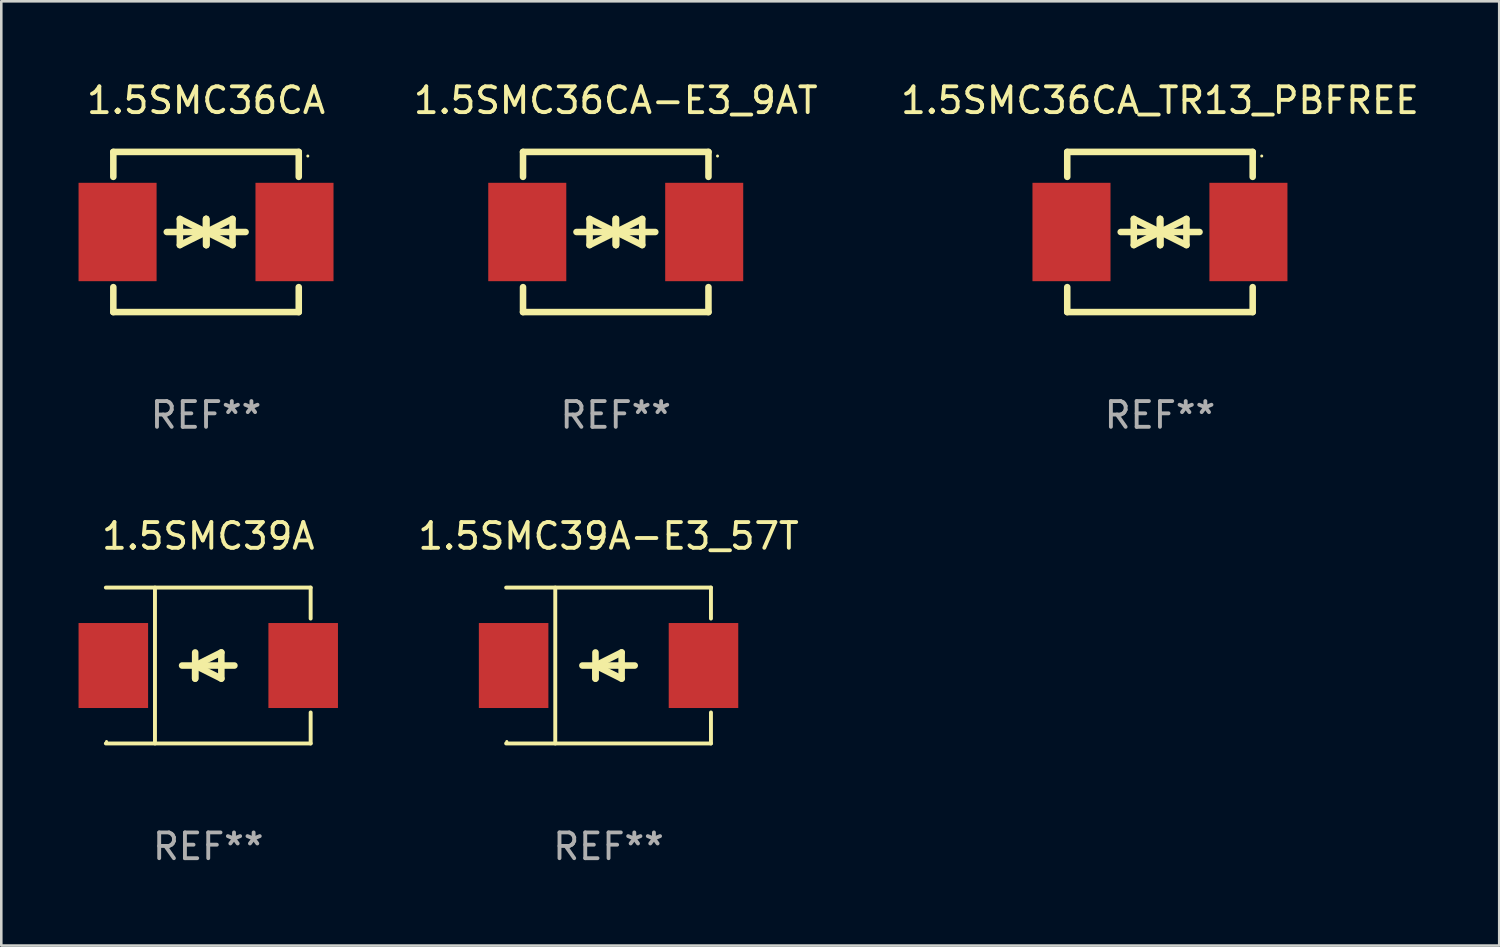
<source format=kicad_pcb>
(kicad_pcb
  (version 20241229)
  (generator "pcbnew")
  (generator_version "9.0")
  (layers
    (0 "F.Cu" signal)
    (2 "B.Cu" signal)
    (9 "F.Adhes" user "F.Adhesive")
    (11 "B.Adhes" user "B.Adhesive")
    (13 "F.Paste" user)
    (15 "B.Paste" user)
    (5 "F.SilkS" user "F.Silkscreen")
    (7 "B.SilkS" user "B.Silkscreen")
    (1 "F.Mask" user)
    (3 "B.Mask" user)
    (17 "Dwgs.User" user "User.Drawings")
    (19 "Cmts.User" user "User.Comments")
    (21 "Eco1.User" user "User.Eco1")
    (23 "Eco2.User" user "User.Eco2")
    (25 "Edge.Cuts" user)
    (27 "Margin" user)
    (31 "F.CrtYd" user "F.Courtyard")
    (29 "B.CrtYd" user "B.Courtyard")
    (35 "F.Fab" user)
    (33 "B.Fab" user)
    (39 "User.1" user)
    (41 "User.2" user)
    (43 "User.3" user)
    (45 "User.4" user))
  (footprint "1.5SMC39A"
    (layer "F.Cu")
    (at 5.036 22.791)
    (property "Reference" "1.5SMC39A" (at 0 -5.026 0) (layer "F.SilkS") (effects (font (size 1 1) (thickness 0.15))))
    (attr through_hole)
    (fp_line (start -3.976 -3.026) (end 3.976 -3.026) (stroke (width 0.152) (type solid)) (layer "F.SilkS"))
    (fp_line (start -3.976 3.026) (end 3.976 3.026) (stroke (width 0.152) (type solid)) (layer "F.SilkS"))
    (fp_line (start -2.069 -3.026) (end -2.069 3.026) (stroke (width 0.152) (type solid)) (layer "F.SilkS"))
    (fp_line (start -0.508 0) (end -0.508 0.508) (stroke (width 0.254) (type solid)) (layer "F.SilkS"))
    (fp_line (start -0.508 0) (end 0.508 0.508) (stroke (width 0.254) (type solid)) (layer "F.SilkS"))
    (fp_line (start -0.508 0.508) (end -0.508 -0.508) (stroke (width 0.254) (type solid)) (layer "F.SilkS"))
    (fp_line (start 0.508 -0.508) (end -0.508 0) (stroke (width 0.254) (type solid)) (layer "F.SilkS"))
    (fp_line (start 0.508 0.508) (end 0.508 -0.508) (stroke (width 0.254) (type solid)) (layer "F.SilkS"))
    (fp_line (start 1.016 0) (end -1.016 0) (stroke (width 0.254) (type solid)) (layer "F.SilkS"))
    (fp_line (start 3.976 -3.026) (end 3.976 -1.823) (stroke (width 0.152) (type solid)) (layer "F.SilkS"))
    (fp_line (start 3.976 3.026) (end 3.976 1.823) (stroke (width 0.152) (type solid)) (layer "F.SilkS"))
    (fp_circle (center -3.95 2.95) (end -3.92 2.95) (stroke (width 0.06) (type solid)) (fill no) (layer "F.SilkS"))
    (fp_text user "REF**" (at 0 7.026 0) (layer "F.Fab") (effects (font (size 1 1) (thickness 0.15))))
    (pad "1" smd rect (at -3.686 0) (size 2.7 3.3) (layers "F.Cu" "F.Mask" "F.Paste"))
    (pad "2" smd rect (at 3.686 0) (size 2.7 3.3) (layers "F.Cu" "F.Mask" "F.Paste")))
  (footprint "1.5SMC39A-E3_57T"
    (layer "F.Cu")
    (at 20.579 22.791)
    (property "Reference" "1.5SMC39A-E3_57T" (at 0 -5.026 0) (layer "F.SilkS") (effects (font (size 1 1) (thickness 0.15))))
    (attr through_hole)
    (fp_line (start -3.976 -3.026) (end 3.976 -3.026) (stroke (width 0.152) (type solid)) (layer "F.SilkS"))
    (fp_line (start -3.976 3.026) (end 3.976 3.026) (stroke (width 0.152) (type solid)) (layer "F.SilkS"))
    (fp_line (start -2.069 -3.026) (end -2.069 3.026) (stroke (width 0.152) (type solid)) (layer "F.SilkS"))
    (fp_line (start -0.508 0) (end -0.508 0.508) (stroke (width 0.254) (type solid)) (layer "F.SilkS"))
    (fp_line (start -0.508 0) (end 0.508 0.508) (stroke (width 0.254) (type solid)) (layer "F.SilkS"))
    (fp_line (start -0.508 0.508) (end -0.508 -0.508) (stroke (width 0.254) (type solid)) (layer "F.SilkS"))
    (fp_line (start 0.508 -0.508) (end -0.508 0) (stroke (width 0.254) (type solid)) (layer "F.SilkS"))
    (fp_line (start 0.508 0.508) (end 0.508 -0.508) (stroke (width 0.254) (type solid)) (layer "F.SilkS"))
    (fp_line (start 1.016 0) (end -1.016 0) (stroke (width 0.254) (type solid)) (layer "F.SilkS"))
    (fp_line (start 3.976 -3.026) (end 3.976 -1.823) (stroke (width 0.152) (type solid)) (layer "F.SilkS"))
    (fp_line (start 3.976 3.026) (end 3.976 1.823) (stroke (width 0.152) (type solid)) (layer "F.SilkS"))
    (fp_circle (center -3.95 2.95) (end -3.92 2.95) (stroke (width 0.06) (type solid)) (fill no) (layer "F.SilkS"))
    (fp_text user "REF**" (at 0 7.026 0) (layer "F.Fab") (effects (font (size 1 1) (thickness 0.15))))
    (pad "1" smd rect (at -3.686 0) (size 2.7 3.3) (layers "F.Cu" "F.Mask" "F.Paste"))
    (pad "2" smd rect (at 3.686 0) (size 2.7 3.3) (layers "F.Cu" "F.Mask" "F.Paste")))
  (footprint "1.5SMC36CA"
    (layer "F.Cu")
    (at 4.95 5.958)
    (property "Reference" "1.5SMC36CA" (at 0 -5.11 0) (layer "F.SilkS") (effects (font (size 1 1) (thickness 0.15))))
    (attr through_hole)
    (fp_line (start -3.6 -2.141) (end -3.6 -3.11) (stroke (width 0.254) (type solid)) (layer "F.SilkS"))
    (fp_line (start -3.6 3.11) (end -3.6 2.141) (stroke (width 0.254) (type solid)) (layer "F.SilkS"))
    (fp_line (start -1.524 0) (end 0.508 0) (stroke (width 0.254) (type solid)) (layer "F.SilkS"))
    (fp_line (start -1.016 -0.508) (end -1.016 0.508) (stroke (width 0.254) (type solid)) (layer "F.SilkS"))
    (fp_line (start -1.016 0.508) (end 0 0) (stroke (width 0.254) (type solid)) (layer "F.SilkS"))
    (fp_line (start 0 -0.508) (end 0 0.508) (stroke (width 0.254) (type solid)) (layer "F.SilkS"))
    (fp_line (start 0 0) (end -1.016 -0.508) (stroke (width 0.254) (type solid)) (layer "F.SilkS"))
    (fp_line (start 0 0) (end 0 -0.508) (stroke (width 0.254) (type solid)) (layer "F.SilkS"))
    (fp_line (start 0.012 0) (end 0.012 0.508) (stroke (width 0.254) (type solid)) (layer "F.SilkS"))
    (fp_line (start 0.012 0) (end 1.028 0.508) (stroke (width 0.254) (type solid)) (layer "F.SilkS"))
    (fp_line (start 0.012 0.508) (end 0.012 -0.508) (stroke (width 0.254) (type solid)) (layer "F.SilkS"))
    (fp_line (start 1.028 -0.508) (end 0.012 0) (stroke (width 0.254) (type solid)) (layer "F.SilkS"))
    (fp_line (start 1.028 0.508) (end 1.028 -0.508) (stroke (width 0.254) (type solid)) (layer "F.SilkS"))
    (fp_line (start 1.536 0) (end -0.496 0) (stroke (width 0.254) (type solid)) (layer "F.SilkS"))
    (fp_line (start 3.6 -3.11) (end -3.6 -3.11) (stroke (width 0.254) (type solid)) (layer "F.SilkS"))
    (fp_line (start 3.6 -2.141) (end 3.6 -3.11) (stroke (width 0.254) (type solid)) (layer "F.SilkS"))
    (fp_line (start 3.6 3.11) (end -3.6 3.11) (stroke (width 0.254) (type solid)) (layer "F.SilkS"))
    (fp_line (start 3.6 3.11) (end 3.6 2.141) (stroke (width 0.254) (type solid)) (layer "F.SilkS"))
    (fp_circle (center 3.952 -2.95) (end 3.982 -2.95) (stroke (width 0.06) (type solid)) (fill no) (layer "F.SilkS"))
    (fp_text user "REF**" (at 0 7.11 0) (layer "F.Fab") (effects (font (size 1 1) (thickness 0.15))))
    (pad "1" smd rect (at 3.435 0) (size 3.03 3.82) (layers "F.Cu" "F.Mask" "F.Paste"))
    (pad "2" smd rect (at -3.435 0) (size 3.03 3.82) (layers "F.Cu" "F.Mask" "F.Paste")))
  (footprint "1.5SMC36CA-E3_9AT"
    (layer "F.Cu")
    (at 20.858 5.958)
    (property "Reference" "1.5SMC36CA-E3_9AT" (at 0 -5.11 0) (layer "F.SilkS") (effects (font (size 1 1) (thickness 0.15))))
    (attr through_hole)
    (fp_line (start -3.6 -2.141) (end -3.6 -3.11) (stroke (width 0.254) (type solid)) (layer "F.SilkS"))
    (fp_line (start -3.6 3.11) (end -3.6 2.141) (stroke (width 0.254) (type solid)) (layer "F.SilkS"))
    (fp_line (start -1.524 0) (end 0.508 0) (stroke (width 0.254) (type solid)) (layer "F.SilkS"))
    (fp_line (start -1.016 -0.508) (end -1.016 0.508) (stroke (width 0.254) (type solid)) (layer "F.SilkS"))
    (fp_line (start -1.016 0.508) (end 0 0) (stroke (width 0.254) (type solid)) (layer "F.SilkS"))
    (fp_line (start 0 -0.508) (end 0 0.508) (stroke (width 0.254) (type solid)) (layer "F.SilkS"))
    (fp_line (start 0 0) (end -1.016 -0.508) (stroke (width 0.254) (type solid)) (layer "F.SilkS"))
    (fp_line (start 0 0) (end 0 -0.508) (stroke (width 0.254) (type solid)) (layer "F.SilkS"))
    (fp_line (start 0.012 0) (end 0.012 0.508) (stroke (width 0.254) (type solid)) (layer "F.SilkS"))
    (fp_line (start 0.012 0) (end 1.028 0.508) (stroke (width 0.254) (type solid)) (layer "F.SilkS"))
    (fp_line (start 0.012 0.508) (end 0.012 -0.508) (stroke (width 0.254) (type solid)) (layer "F.SilkS"))
    (fp_line (start 1.028 -0.508) (end 0.012 0) (stroke (width 0.254) (type solid)) (layer "F.SilkS"))
    (fp_line (start 1.028 0.508) (end 1.028 -0.508) (stroke (width 0.254) (type solid)) (layer "F.SilkS"))
    (fp_line (start 1.536 0) (end -0.496 0) (stroke (width 0.254) (type solid)) (layer "F.SilkS"))
    (fp_line (start 3.6 -3.11) (end -3.6 -3.11) (stroke (width 0.254) (type solid)) (layer "F.SilkS"))
    (fp_line (start 3.6 -2.141) (end 3.6 -3.11) (stroke (width 0.254) (type solid)) (layer "F.SilkS"))
    (fp_line (start 3.6 3.11) (end -3.6 3.11) (stroke (width 0.254) (type solid)) (layer "F.SilkS"))
    (fp_line (start 3.6 3.11) (end 3.6 2.141) (stroke (width 0.254) (type solid)) (layer "F.SilkS"))
    (fp_circle (center 3.952 -2.95) (end 3.982 -2.95) (stroke (width 0.06) (type solid)) (fill no) (layer "F.SilkS"))
    (fp_text user "REF**" (at 0 7.11 0) (layer "F.Fab") (effects (font (size 1 1) (thickness 0.15))))
    (pad "1" smd rect (at 3.435 0) (size 3.03 3.82) (layers "F.Cu" "F.Mask" "F.Paste"))
    (pad "2" smd rect (at -3.435 0) (size 3.03 3.82) (layers "F.Cu" "F.Mask" "F.Paste")))
  (footprint "1.5SMC36CA_TR13_PBFREE"
    (layer "F.Cu")
    (at 41.989 5.958)
    (property "Reference" "1.5SMC36CA_TR13_PBFREE" (at 0 -5.11 0) (layer "F.SilkS") (effects (font (size 1 1) (thickness 0.15))))
    (attr through_hole)
    (fp_line (start -3.6 -2.141) (end -3.6 -3.11) (stroke (width 0.254) (type solid)) (layer "F.SilkS"))
    (fp_line (start -3.6 3.11) (end -3.6 2.141) (stroke (width 0.254) (type solid)) (layer "F.SilkS"))
    (fp_line (start -1.524 0) (end 0.508 0) (stroke (width 0.254) (type solid)) (layer "F.SilkS"))
    (fp_line (start -1.016 -0.508) (end -1.016 0.508) (stroke (width 0.254) (type solid)) (layer "F.SilkS"))
    (fp_line (start -1.016 0.508) (end 0 0) (stroke (width 0.254) (type solid)) (layer "F.SilkS"))
    (fp_line (start 0 -0.508) (end 0 0.508) (stroke (width 0.254) (type solid)) (layer "F.SilkS"))
    (fp_line (start 0 0) (end -1.016 -0.508) (stroke (width 0.254) (type solid)) (layer "F.SilkS"))
    (fp_line (start 0 0) (end 0 -0.508) (stroke (width 0.254) (type solid)) (layer "F.SilkS"))
    (fp_line (start 0.012 0) (end 0.012 0.508) (stroke (width 0.254) (type solid)) (layer "F.SilkS"))
    (fp_line (start 0.012 0) (end 1.028 0.508) (stroke (width 0.254) (type solid)) (layer "F.SilkS"))
    (fp_line (start 0.012 0.508) (end 0.012 -0.508) (stroke (width 0.254) (type solid)) (layer "F.SilkS"))
    (fp_line (start 1.028 -0.508) (end 0.012 0) (stroke (width 0.254) (type solid)) (layer "F.SilkS"))
    (fp_line (start 1.028 0.508) (end 1.028 -0.508) (stroke (width 0.254) (type solid)) (layer "F.SilkS"))
    (fp_line (start 1.536 0) (end -0.496 0) (stroke (width 0.254) (type solid)) (layer "F.SilkS"))
    (fp_line (start 3.6 -3.11) (end -3.6 -3.11) (stroke (width 0.254) (type solid)) (layer "F.SilkS"))
    (fp_line (start 3.6 -2.141) (end 3.6 -3.11) (stroke (width 0.254) (type solid)) (layer "F.SilkS"))
    (fp_line (start 3.6 3.11) (end -3.6 3.11) (stroke (width 0.254) (type solid)) (layer "F.SilkS"))
    (fp_line (start 3.6 3.11) (end 3.6 2.141) (stroke (width 0.254) (type solid)) (layer "F.SilkS"))
    (fp_circle (center 3.952 -2.95) (end 3.982 -2.95) (stroke (width 0.06) (type solid)) (fill no) (layer "F.SilkS"))
    (fp_text user "REF**" (at 0 7.11 0) (layer "F.Fab") (effects (font (size 1 1) (thickness 0.15))))
    (pad "1" smd rect (at 3.435 0) (size 3.03 3.82) (layers "F.Cu" "F.Mask" "F.Paste"))
    (pad "2" smd rect (at -3.435 0) (size 3.03 3.82) (layers "F.Cu" "F.Mask" "F.Paste")))
  (gr_rect
    (start -3 -3)
    (end 55.162 33.665)
    (stroke (width 0.1) (type default))
    (fill no)
    (layer "Edge.Cuts")))
</source>
